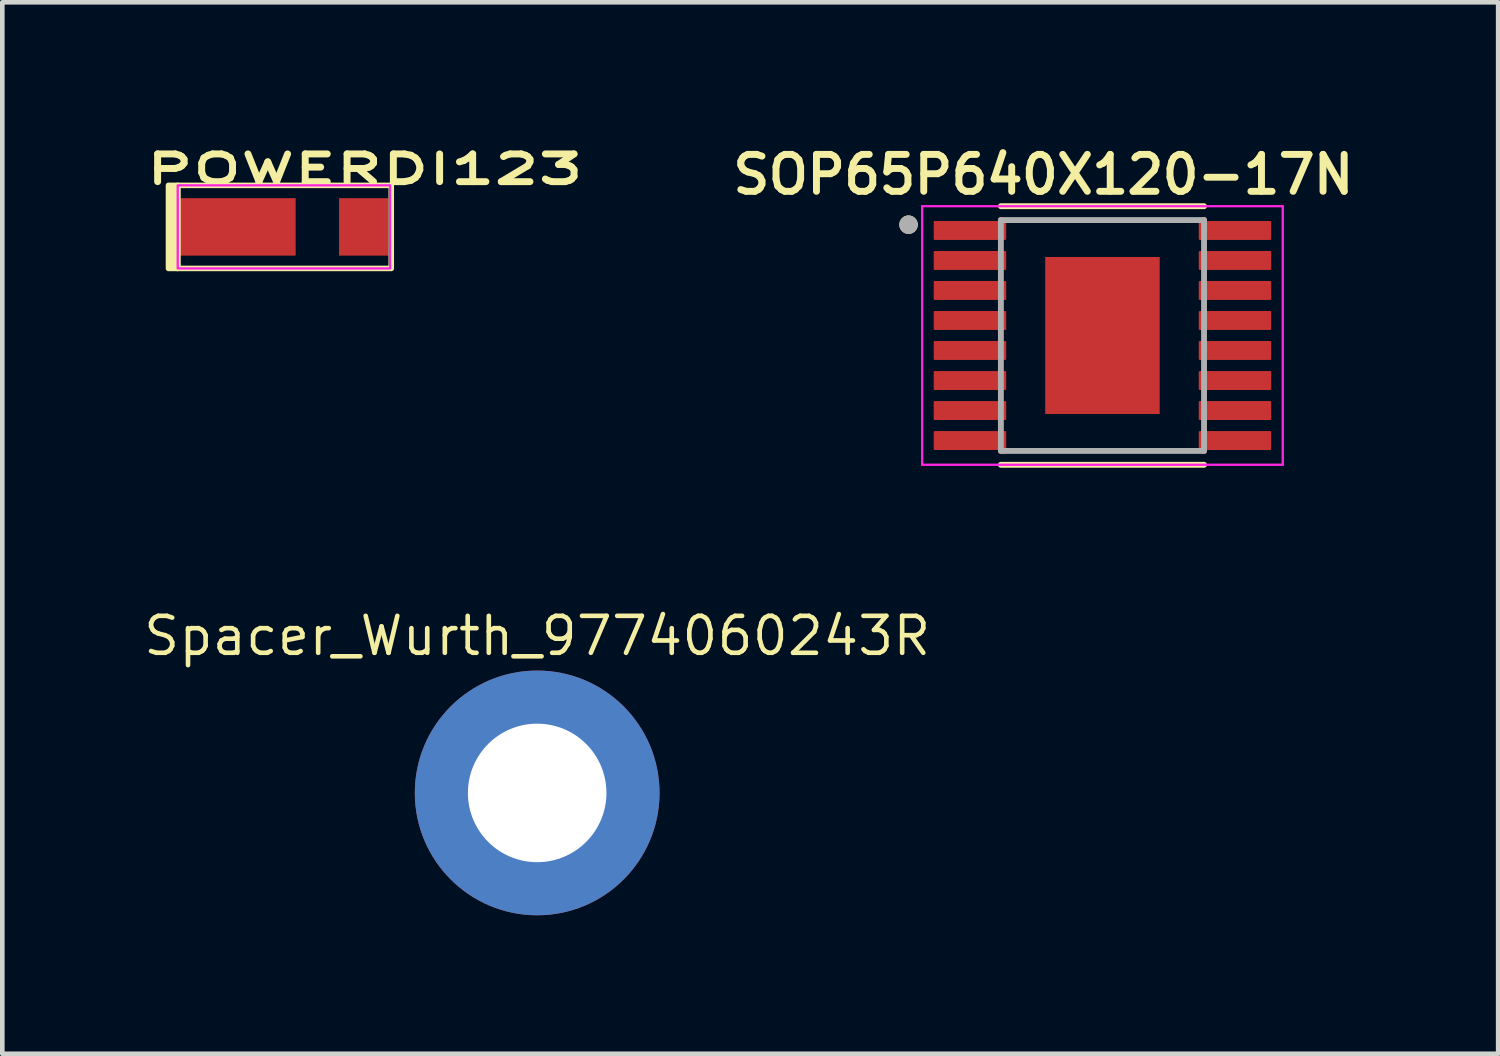
<source format=kicad_pcb>
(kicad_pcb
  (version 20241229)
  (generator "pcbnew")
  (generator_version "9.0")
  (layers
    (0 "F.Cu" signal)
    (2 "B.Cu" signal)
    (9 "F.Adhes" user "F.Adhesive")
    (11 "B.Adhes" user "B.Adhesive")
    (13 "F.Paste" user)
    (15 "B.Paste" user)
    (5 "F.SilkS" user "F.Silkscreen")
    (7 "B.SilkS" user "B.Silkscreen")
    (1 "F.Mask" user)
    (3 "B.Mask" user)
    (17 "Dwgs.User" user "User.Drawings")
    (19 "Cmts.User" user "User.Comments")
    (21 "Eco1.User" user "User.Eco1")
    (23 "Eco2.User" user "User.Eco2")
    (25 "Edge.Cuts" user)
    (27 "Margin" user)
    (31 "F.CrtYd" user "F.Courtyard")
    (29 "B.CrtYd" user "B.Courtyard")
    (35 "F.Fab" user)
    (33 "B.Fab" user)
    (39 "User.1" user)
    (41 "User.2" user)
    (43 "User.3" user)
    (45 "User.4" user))
  (footprint "POWERDI123"
    (layer "F.Cu")
    (at 3.099 1.864)
    (property "Reference" "POWERDI123" (at 1.75 -1.25 180) (layer "F.SilkS") (effects (font (size 0.6 1.002) (thickness 0.15))))
    (attr smd)
    (fp_rect (start -2.3 0.9) (end -2.5 -0.9) (stroke (width 0.12) (type solid)) (fill yes) (layer "F.SilkS"))
    (fp_rect (start -2.3 0.9) (end 2.325 -0.9) (stroke (width 0.12) (type solid)) (fill no) (layer "F.SilkS"))
    (fp_rect (start -2.3 0.9) (end 2.3 -0.9) (stroke (width 0.05) (type solid)) (fill no) (layer "F.CrtYd"))
    (pad "A" smd rect (at 1.727 0) (size 1.067 1.245) (layers "F.Cu" "F.Mask" "F.Paste"))
    (pad "K" smd rect (at -1.003 0) (size 2.515 1.245) (layers "F.Cu" "F.Mask" "F.Paste")))
  (footprint "SOP65P640X120-17N"
    (layer "F.Cu")
    (at 20.827 4.216)
    (property "Reference" "SOP65P640X120-17N" (at -1.28 -3.485 0) (layer "F.SilkS") (effects (font (size 0.8 0.8) (thickness 0.15))))
    (attr smd)
    (fp_line (start -2.2 -2.8) (end 2.2 -2.8) (stroke (width 0.127) (type solid)) (layer "F.SilkS"))
    (fp_line (start -2.2 2.8) (end 2.2 2.8) (stroke (width 0.127) (type solid)) (layer "F.SilkS"))
    (fp_circle (center -4.2 -2.4) (end -4.1 -2.4) (stroke (width 0.2) (type solid)) (fill no) (layer "F.SilkS"))
    (fp_poly (pts (xy -0.8 -1.075) (xy 0.8 -1.075) (xy 0.8 1.075) (xy -0.8 1.075)) (stroke (width 0.01) (type solid)) (fill yes) (layer "F.Paste"))
    (fp_line (start -3.905 -2.8) (end -3.905 2.8) (stroke (width 0.05) (type solid)) (layer "F.CrtYd"))
    (fp_line (start -3.905 -2.8) (end 3.905 -2.8) (stroke (width 0.05) (type solid)) (layer "F.CrtYd"))
    (fp_line (start -3.905 2.8) (end 3.905 2.8) (stroke (width 0.05) (type solid)) (layer "F.CrtYd"))
    (fp_line (start 3.905 -2.8) (end 3.905 2.8) (stroke (width 0.05) (type solid)) (layer "F.CrtYd"))
    (fp_line (start -2.2 -2.5) (end -2.2 2.5) (stroke (width 0.127) (type solid)) (layer "F.Fab"))
    (fp_line (start -2.2 -2.5) (end 2.2 -2.5) (stroke (width 0.127) (type solid)) (layer "F.Fab"))
    (fp_line (start -2.2 2.5) (end 2.2 2.5) (stroke (width 0.127) (type solid)) (layer "F.Fab"))
    (fp_line (start 2.2 -2.5) (end 2.2 2.5) (stroke (width 0.127) (type solid)) (layer "F.Fab"))
    (fp_circle (center -4.2 -2.4) (end -4.1 -2.4) (stroke (width 0.2) (type solid)) (fill no) (layer "F.Fab"))
    (pad "1" smd roundrect (at -2.87 -2.275) (size 1.57 0.41) (layers "F.Cu" "F.Mask" "F.Paste") (roundrect_rratio 0.05))
    (pad "2" smd roundrect (at -2.87 -1.625) (size 1.57 0.41) (layers "F.Cu" "F.Mask" "F.Paste") (roundrect_rratio 0.05))
    (pad "3" smd roundrect (at -2.87 -0.975) (size 1.57 0.41) (layers "F.Cu" "F.Mask" "F.Paste") (roundrect_rratio 0.05))
    (pad "4" smd roundrect (at -2.87 -0.325) (size 1.57 0.41) (layers "F.Cu" "F.Mask" "F.Paste") (roundrect_rratio 0.05))
    (pad "5" smd roundrect (at -2.87 0.325) (size 1.57 0.41) (layers "F.Cu" "F.Mask" "F.Paste") (roundrect_rratio 0.05))
    (pad "6" smd roundrect (at -2.87 0.975) (size 1.57 0.41) (layers "F.Cu" "F.Mask" "F.Paste") (roundrect_rratio 0.05))
    (pad "7" smd roundrect (at -2.87 1.625) (size 1.57 0.41) (layers "F.Cu" "F.Mask" "F.Paste") (roundrect_rratio 0.05))
    (pad "8" smd roundrect (at -2.87 2.275) (size 1.57 0.41) (layers "F.Cu" "F.Mask" "F.Paste") (roundrect_rratio 0.05))
    (pad "9" smd roundrect (at 2.87 2.275) (size 1.57 0.41) (layers "F.Cu" "F.Mask" "F.Paste") (roundrect_rratio 0.05))
    (pad "10" smd roundrect (at 2.87 1.625) (size 1.57 0.41) (layers "F.Cu" "F.Mask" "F.Paste") (roundrect_rratio 0.05))
    (pad "11" smd roundrect (at 2.87 0.975) (size 1.57 0.41) (layers "F.Cu" "F.Mask" "F.Paste") (roundrect_rratio 0.05))
    (pad "12" smd roundrect (at 2.87 0.325) (size 1.57 0.41) (layers "F.Cu" "F.Mask" "F.Paste") (roundrect_rratio 0.05))
    (pad "13" smd roundrect (at 2.87 -0.325) (size 1.57 0.41) (layers "F.Cu" "F.Mask" "F.Paste") (roundrect_rratio 0.05))
    (pad "14" smd roundrect (at 2.87 -0.975) (size 1.57 0.41) (layers "F.Cu" "F.Mask" "F.Paste") (roundrect_rratio 0.05))
    (pad "15" smd roundrect (at 2.87 -1.625) (size 1.57 0.41) (layers "F.Cu" "F.Mask" "F.Paste") (roundrect_rratio 0.05))
    (pad "16" smd roundrect (at 2.87 -2.275) (size 1.57 0.41) (layers "F.Cu" "F.Mask" "F.Paste") (roundrect_rratio 0.05))
    (pad "17" smd rect (at 0 0) (size 2.48 3.4) (layers "F.Cu" "F.Mask")))
  (footprint "Spacer_Wurth_9774060243R"
    (layer "F.Cu")
    (at 8.584 14.123)
    (property "Reference" "Spacer_Wurth_9774060243R" (at 0 -3.4 0) (unlocked yes) (layer "F.SilkS") (effects (font (size 0.8 0.8) (thickness 0.1))))
    (attr smd)
    (pad "" np_thru_hole circle (at 0 0) (size 5.3 5.3) (drill 3) (layers "*.Cu" "*.Mask" "F.Paste")))
  (gr_rect
    (start -3 -3)
    (end 29.397 19.773)
    (stroke (width 0.1) (type default))
    (fill no)
    (layer "Edge.Cuts")))
</source>
